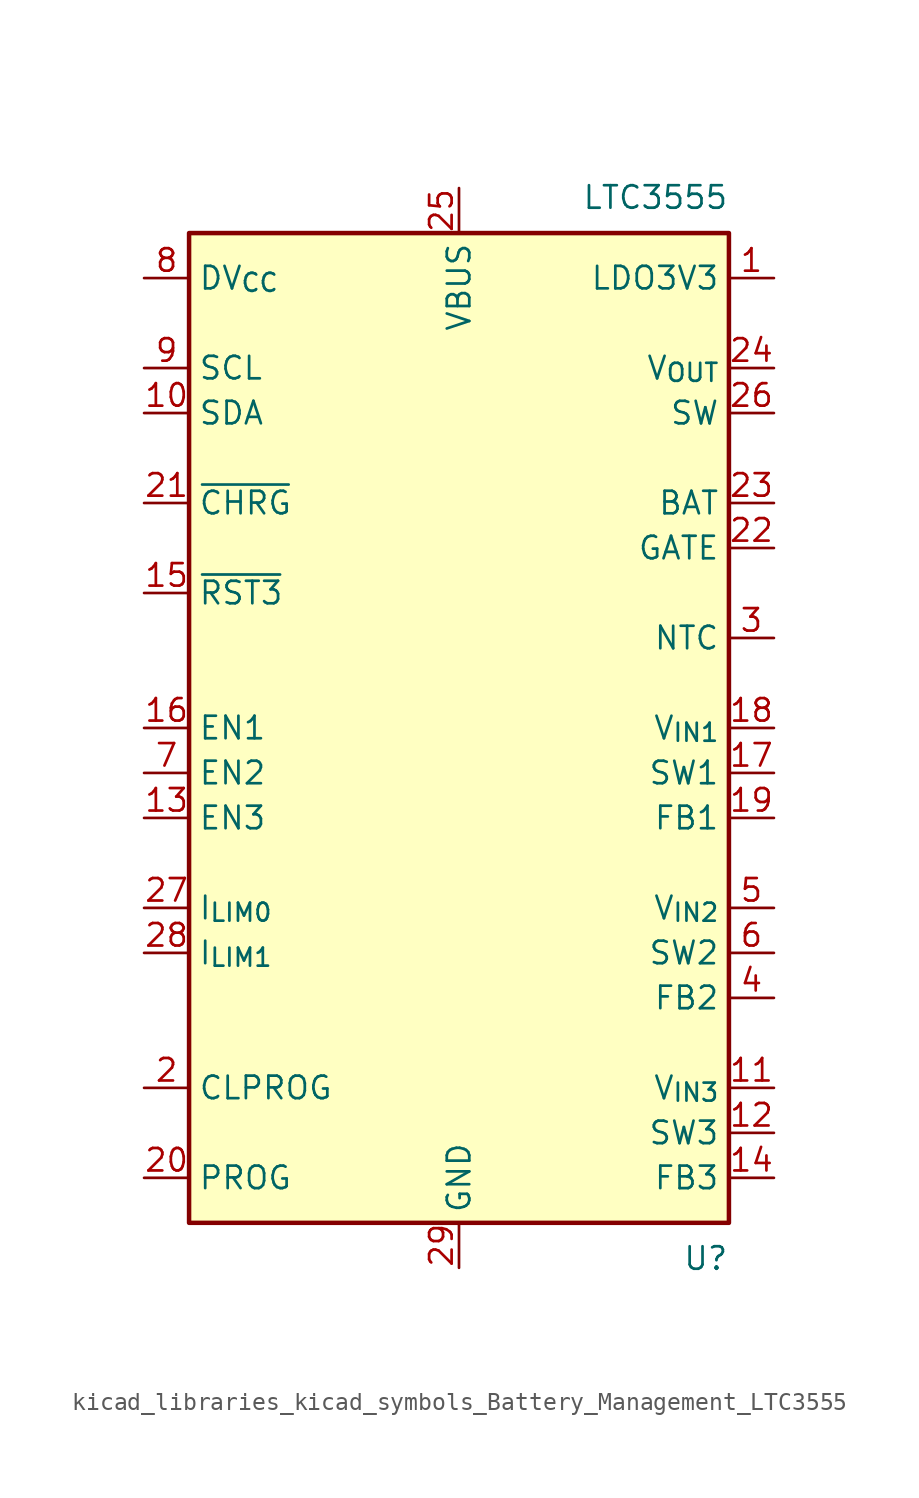
<source format=kicad_sym>
(kicad_symbol_lib
  (version 20220914)
  (generator kicad_symbol_editor)
  (symbol "kicad_libraries_kicad_symbols_Battery_Management_LTC3555"
    (property "Reference" "U"
      (at 15.24 -29.21 0)
      (effects (font (size 1.27 1.27)) (justify right top)))
    (property "Value" "LTC3555"
      (at 15.24 29.21 0)
      (effects (font (size 1.27 1.27)) (justify right bottom)))
    (symbol "kicad_libraries_kicad_symbols_Battery_Management_LTC3555_0_1"
      (rectangle (start -15.24 27.94) (end 15.24 -27.94) (stroke (width 0.254) (type default)) (fill (type background))))
    (symbol "kicad_libraries_kicad_symbols_Battery_Management_LTC3555_1_1"
      (pin power_out line (at 17.78 25.4 180) (length 2.54) (name "LDO3V3" (effects (font (size 1.27 1.27)))) (number "1" (effects (font (size 1.27 1.27)))))
      (pin bidirectional line (at -17.78 17.78 0) (length 2.54) (name "SDA" (effects (font (size 1.27 1.27)))) (number "10" (effects (font (size 1.27 1.27)))))
      (pin power_in line (at 17.78 -20.32 180) (length 2.54) (name "V_{IN3}" (effects (font (size 1.27 1.27)))) (number "11" (effects (font (size 1.27 1.27)))))
      (pin power_out line (at 17.78 -22.86 180) (length 2.54) (name "SW3" (effects (font (size 1.27 1.27)))) (number "12" (effects (font (size 1.27 1.27)))))
      (pin input line (at -17.78 -5.08 0) (length 2.54) (name "EN3" (effects (font (size 1.27 1.27)))) (number "13" (effects (font (size 1.27 1.27)))))
      (pin input line (at 17.78 -25.4 180) (length 2.54) (name "FB3" (effects (font (size 1.27 1.27)))) (number "14" (effects (font (size 1.27 1.27)))))
      (pin open_collector line (at -17.78 7.62 0) (length 2.54) (name "~{RST3}" (effects (font (size 1.27 1.27)))) (number "15" (effects (font (size 1.27 1.27)))))
      (pin input line (at -17.78 0 0) (length 2.54) (name "EN1" (effects (font (size 1.27 1.27)))) (number "16" (effects (font (size 1.27 1.27)))))
      (pin power_out line (at 17.78 -2.54 180) (length 2.54) (name "SW1" (effects (font (size 1.27 1.27)))) (number "17" (effects (font (size 1.27 1.27)))))
      (pin power_in line (at 17.78 0 180) (length 2.54) (name "V_{IN1}" (effects (font (size 1.27 1.27)))) (number "18" (effects (font (size 1.27 1.27)))))
      (pin input line (at 17.78 -5.08 180) (length 2.54) (name "FB1" (effects (font (size 1.27 1.27)))) (number "19" (effects (font (size 1.27 1.27)))))
      (pin passive line (at -17.78 -20.32 0) (length 2.54) (name "CLPROG" (effects (font (size 1.27 1.27)))) (number "2" (effects (font (size 1.27 1.27)))))
      (pin passive line (at -17.78 -25.4 0) (length 2.54) (name "PROG" (effects (font (size 1.27 1.27)))) (number "20" (effects (font (size 1.27 1.27)))))
      (pin open_collector line (at -17.78 12.7 0) (length 2.54) (name "~{CHRG}" (effects (font (size 1.27 1.27)))) (number "21" (effects (font (size 1.27 1.27)))))
      (pin output line (at 17.78 10.16 180) (length 2.54) (name "GATE" (effects (font (size 1.27 1.27)))) (number "22" (effects (font (size 1.27 1.27)))))
      (pin power_out line (at 17.78 12.7 180) (length 2.54) (name "BAT" (effects (font (size 1.27 1.27)))) (number "23" (effects (font (size 1.27 1.27)))))
      (pin power_out line (at 17.78 20.32 180) (length 2.54) (name "V_{OUT}" (effects (font (size 1.27 1.27)))) (number "24" (effects (font (size 1.27 1.27)))))
      (pin power_in line (at 0 30.48 270) (length 2.54) (name "VBUS" (effects (font (size 1.27 1.27)))) (number "25" (effects (font (size 1.27 1.27)))))
      (pin power_out line (at 17.78 17.78 180) (length 2.54) (name "SW" (effects (font (size 1.27 1.27)))) (number "26" (effects (font (size 1.27 1.27)))))
      (pin input line (at -17.78 -10.16 0) (length 2.54) (name "I_{LIM0}" (effects (font (size 1.27 1.27)))) (number "27" (effects (font (size 1.27 1.27)))))
      (pin input line (at -17.78 -12.7 0) (length 2.54) (name "I_{LIM1}" (effects (font (size 1.27 1.27)))) (number "28" (effects (font (size 1.27 1.27)))))
      (pin power_in line (at 0 -30.48 90) (length 2.54) (name "GND" (effects (font (size 1.27 1.27)))) (number "29" (effects (font (size 1.27 1.27)))))
      (pin passive line (at 17.78 5.08 180) (length 2.54) (name "NTC" (effects (font (size 1.27 1.27)))) (number "3" (effects (font (size 1.27 1.27)))))
      (pin input line (at 17.78 -15.24 180) (length 2.54) (name "FB2" (effects (font (size 1.27 1.27)))) (number "4" (effects (font (size 1.27 1.27)))))
      (pin power_in line (at 17.78 -10.16 180) (length 2.54) (name "V_{IN2}" (effects (font (size 1.27 1.27)))) (number "5" (effects (font (size 1.27 1.27)))))
      (pin power_out line (at 17.78 -12.7 180) (length 2.54) (name "SW2" (effects (font (size 1.27 1.27)))) (number "6" (effects (font (size 1.27 1.27)))))
      (pin input line (at -17.78 -2.54 0) (length 2.54) (name "EN2" (effects (font (size 1.27 1.27)))) (number "7" (effects (font (size 1.27 1.27)))))
      (pin power_in line (at -17.78 25.4 0) (length 2.54) (name "DV_{CC}" (effects (font (size 1.27 1.27)))) (number "8" (effects (font (size 1.27 1.27)))))
      (pin input line (at -17.78 20.32 0) (length 2.54) (name "SCL" (effects (font (size 1.27 1.27)))) (number "9" (effects (font (size 1.27 1.27))))))))
</source>
